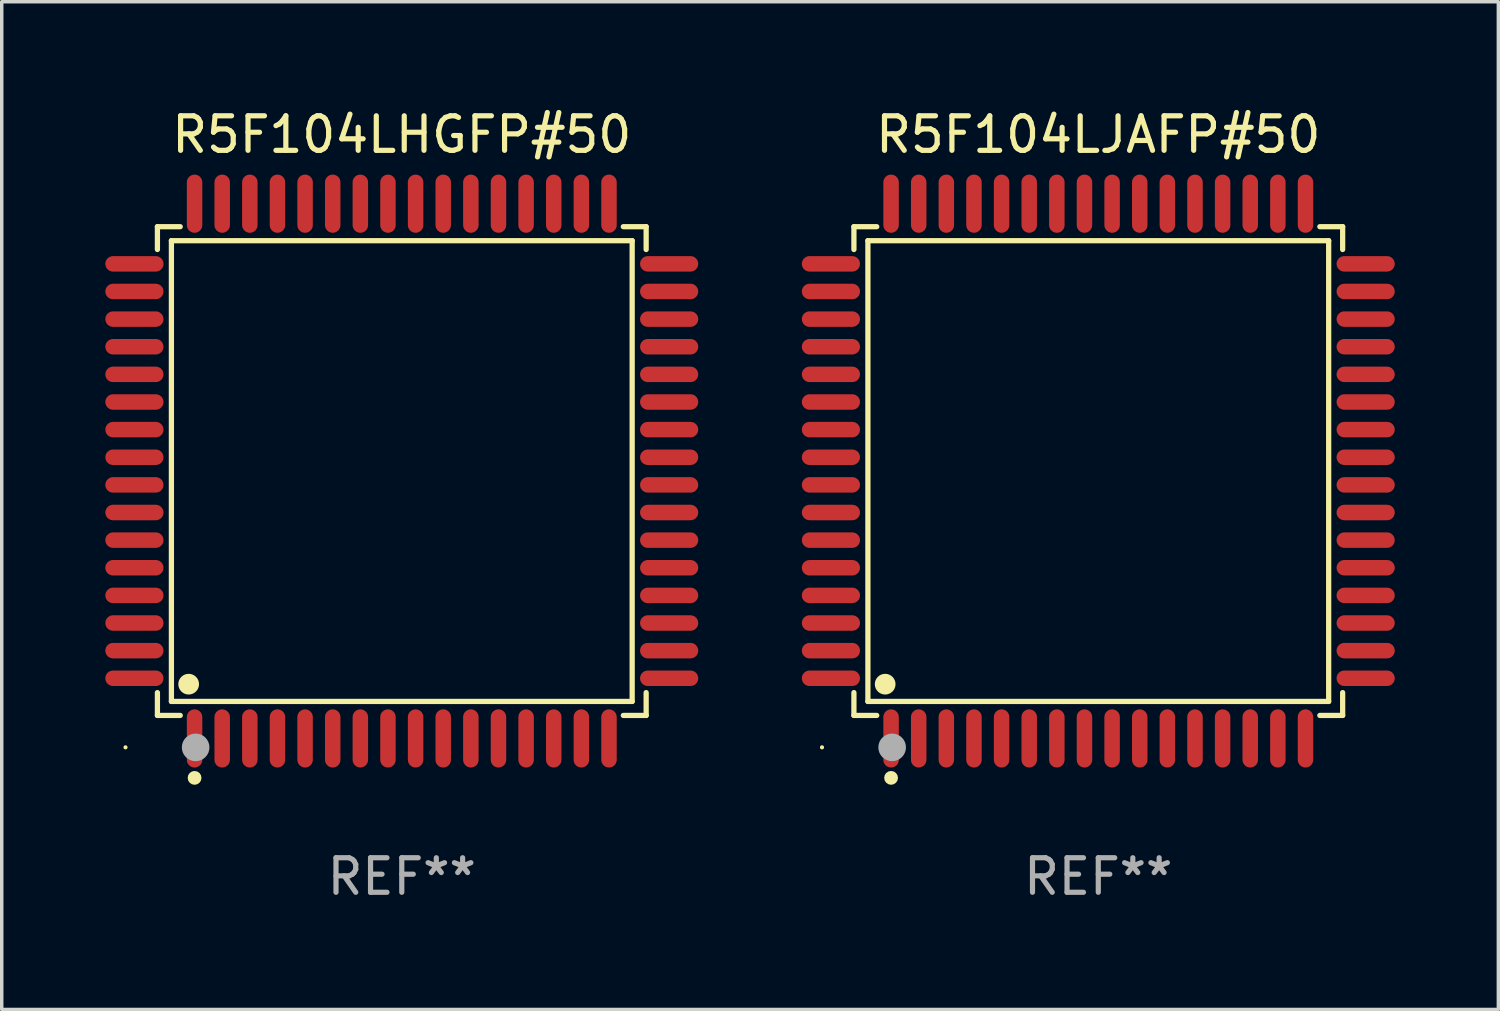
<source format=kicad_pcb>
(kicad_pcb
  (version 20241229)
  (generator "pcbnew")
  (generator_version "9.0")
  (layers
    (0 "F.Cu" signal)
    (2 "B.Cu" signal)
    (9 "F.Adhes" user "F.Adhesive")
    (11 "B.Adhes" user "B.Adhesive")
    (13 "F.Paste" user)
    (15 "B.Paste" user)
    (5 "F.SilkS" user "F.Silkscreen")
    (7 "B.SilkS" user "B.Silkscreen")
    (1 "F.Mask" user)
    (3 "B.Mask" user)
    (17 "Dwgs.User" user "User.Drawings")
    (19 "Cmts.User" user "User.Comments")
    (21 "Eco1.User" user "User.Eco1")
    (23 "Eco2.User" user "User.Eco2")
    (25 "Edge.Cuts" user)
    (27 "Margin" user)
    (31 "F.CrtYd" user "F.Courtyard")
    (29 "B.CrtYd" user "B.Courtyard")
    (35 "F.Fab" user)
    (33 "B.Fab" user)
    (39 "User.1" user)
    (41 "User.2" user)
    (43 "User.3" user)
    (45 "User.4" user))
  (footprint "R5F104LHGFP#50"
    (layer "F.Cu")
    (at 8.584 10.59)
    (property "Reference" "R5F104LHGFP#50" (at 0 -9.742 0) (layer "F.SilkS") (effects (font (size 1 1) (thickness 0.15))))
    (attr through_hole)
    (fp_line (start -7.076 -7.076) (end -6.415 -7.076) (stroke (width 0.152) (type solid)) (layer "F.SilkS"))
    (fp_line (start -7.076 -6.415) (end -7.076 -7.076) (stroke (width 0.152) (type solid)) (layer "F.SilkS"))
    (fp_line (start -7.076 6.415) (end -7.076 7.076) (stroke (width 0.152) (type solid)) (layer "F.SilkS"))
    (fp_line (start -7.076 7.076) (end -6.415 7.076) (stroke (width 0.152) (type solid)) (layer "F.SilkS"))
    (fp_line (start -6.671 -6.671) (end 6.671 -6.671) (stroke (width 0.152) (type solid)) (layer "F.SilkS"))
    (fp_line (start -6.671 6.671) (end -6.671 -6.671) (stroke (width 0.152) (type solid)) (layer "F.SilkS"))
    (fp_line (start 6.671 -6.671) (end 6.671 6.671) (stroke (width 0.152) (type solid)) (layer "F.SilkS"))
    (fp_line (start 6.671 6.671) (end -6.671 6.671) (stroke (width 0.152) (type solid)) (layer "F.SilkS"))
    (fp_line (start 7.076 -7.076) (end 6.415 -7.076) (stroke (width 0.152) (type solid)) (layer "F.SilkS"))
    (fp_line (start 7.076 -6.415) (end 7.076 -7.076) (stroke (width 0.152) (type solid)) (layer "F.SilkS"))
    (fp_line (start 7.076 6.415) (end 7.076 7.076) (stroke (width 0.152) (type solid)) (layer "F.SilkS"))
    (fp_line (start 7.076 7.076) (end 6.415 7.076) (stroke (width 0.152) (type solid)) (layer "F.SilkS"))
    (fp_circle (center -8 8) (end -7.97 8) (stroke (width 0.06) (type solid)) (fill no) (layer "F.SilkS"))
    (fp_circle (center -6.171 6.171) (end -6.021 6.171) (stroke (width 0.3) (type solid)) (fill no) (layer "F.SilkS"))
    (fp_circle (center -6 8.884) (end -5.9 8.884) (stroke (width 0.2) (type solid)) (fill no) (layer "F.SilkS"))
    (fp_circle (center -5.969 8.001) (end -5.769 8.001) (stroke (width 0.4) (type solid)) (fill no) (layer "F.Fab"))
    (fp_text user "REF**" (at 0 11.742 0) (layer "F.Fab") (effects (font (size 1 1) (thickness 0.15))))
    (pad "1" smd oval (at -6 7.742) (size 0.448 1.684) (layers "F.Cu" "F.Mask" "F.Paste"))
    (pad "2" smd oval (at -5.2 7.742) (size 0.448 1.684) (layers "F.Cu" "F.Mask" "F.Paste"))
    (pad "3" smd oval (at -4.4 7.742) (size 0.448 1.684) (layers "F.Cu" "F.Mask" "F.Paste"))
    (pad "4" smd oval (at -3.6 7.742) (size 0.448 1.684) (layers "F.Cu" "F.Mask" "F.Paste"))
    (pad "5" smd oval (at -2.8 7.742) (size 0.448 1.684) (layers "F.Cu" "F.Mask" "F.Paste"))
    (pad "6" smd oval (at -2 7.742) (size 0.448 1.684) (layers "F.Cu" "F.Mask" "F.Paste"))
    (pad "7" smd oval (at -1.2 7.742) (size 0.448 1.684) (layers "F.Cu" "F.Mask" "F.Paste"))
    (pad "8" smd oval (at -0.4 7.742) (size 0.448 1.684) (layers "F.Cu" "F.Mask" "F.Paste"))
    (pad "9" smd oval (at 0.4 7.742) (size 0.448 1.684) (layers "F.Cu" "F.Mask" "F.Paste"))
    (pad "10" smd oval (at 1.2 7.742) (size 0.448 1.684) (layers "F.Cu" "F.Mask" "F.Paste"))
    (pad "11" smd oval (at 2 7.742) (size 0.448 1.684) (layers "F.Cu" "F.Mask" "F.Paste"))
    (pad "12" smd oval (at 2.8 7.742) (size 0.448 1.684) (layers "F.Cu" "F.Mask" "F.Paste"))
    (pad "13" smd oval (at 3.6 7.742) (size 0.448 1.684) (layers "F.Cu" "F.Mask" "F.Paste"))
    (pad "14" smd oval (at 4.4 7.742) (size 0.448 1.684) (layers "F.Cu" "F.Mask" "F.Paste"))
    (pad "15" smd oval (at 5.2 7.742) (size 0.448 1.684) (layers "F.Cu" "F.Mask" "F.Paste"))
    (pad "16" smd oval (at 6 7.742) (size 0.448 1.684) (layers "F.Cu" "F.Mask" "F.Paste"))
    (pad "17" smd oval (at 7.742 6) (size 1.684 0.448) (layers "F.Cu" "F.Mask" "F.Paste"))
    (pad "18" smd oval (at 7.742 5.2) (size 1.684 0.448) (layers "F.Cu" "F.Mask" "F.Paste"))
    (pad "19" smd oval (at 7.742 4.4) (size 1.684 0.448) (layers "F.Cu" "F.Mask" "F.Paste"))
    (pad "20" smd oval (at 7.742 3.6) (size 1.684 0.448) (layers "F.Cu" "F.Mask" "F.Paste"))
    (pad "21" smd oval (at 7.742 2.8) (size 1.684 0.448) (layers "F.Cu" "F.Mask" "F.Paste"))
    (pad "22" smd oval (at 7.742 2) (size 1.684 0.448) (layers "F.Cu" "F.Mask" "F.Paste"))
    (pad "23" smd oval (at 7.742 1.2) (size 1.684 0.448) (layers "F.Cu" "F.Mask" "F.Paste"))
    (pad "24" smd oval (at 7.742 0.4) (size 1.684 0.448) (layers "F.Cu" "F.Mask" "F.Paste"))
    (pad "25" smd oval (at 7.742 -0.4) (size 1.684 0.448) (layers "F.Cu" "F.Mask" "F.Paste"))
    (pad "26" smd oval (at 7.742 -1.2) (size 1.684 0.448) (layers "F.Cu" "F.Mask" "F.Paste"))
    (pad "27" smd oval (at 7.742 -2) (size 1.684 0.448) (layers "F.Cu" "F.Mask" "F.Paste"))
    (pad "28" smd oval (at 7.742 -2.8) (size 1.684 0.448) (layers "F.Cu" "F.Mask" "F.Paste"))
    (pad "29" smd oval (at 7.742 -3.6) (size 1.684 0.448) (layers "F.Cu" "F.Mask" "F.Paste"))
    (pad "30" smd oval (at 7.742 -4.4) (size 1.684 0.448) (layers "F.Cu" "F.Mask" "F.Paste"))
    (pad "31" smd oval (at 7.742 -5.2) (size 1.684 0.448) (layers "F.Cu" "F.Mask" "F.Paste"))
    (pad "32" smd oval (at 7.742 -6) (size 1.684 0.448) (layers "F.Cu" "F.Mask" "F.Paste"))
    (pad "33" smd oval (at 6 -7.742) (size 0.448 1.684) (layers "F.Cu" "F.Mask" "F.Paste"))
    (pad "34" smd oval (at 5.2 -7.742) (size 0.448 1.684) (layers "F.Cu" "F.Mask" "F.Paste"))
    (pad "35" smd oval (at 4.4 -7.742) (size 0.448 1.684) (layers "F.Cu" "F.Mask" "F.Paste"))
    (pad "36" smd oval (at 3.6 -7.742) (size 0.448 1.684) (layers "F.Cu" "F.Mask" "F.Paste"))
    (pad "37" smd oval (at 2.8 -7.742) (size 0.448 1.684) (layers "F.Cu" "F.Mask" "F.Paste"))
    (pad "38" smd oval (at 2 -7.742) (size 0.448 1.684) (layers "F.Cu" "F.Mask" "F.Paste"))
    (pad "39" smd oval (at 1.2 -7.742) (size 0.448 1.684) (layers "F.Cu" "F.Mask" "F.Paste"))
    (pad "40" smd oval (at 0.4 -7.742) (size 0.448 1.684) (layers "F.Cu" "F.Mask" "F.Paste"))
    (pad "41" smd oval (at -0.4 -7.742) (size 0.448 1.684) (layers "F.Cu" "F.Mask" "F.Paste"))
    (pad "42" smd oval (at -1.2 -7.742) (size 0.448 1.684) (layers "F.Cu" "F.Mask" "F.Paste"))
    (pad "43" smd oval (at -2 -7.742) (size 0.448 1.684) (layers "F.Cu" "F.Mask" "F.Paste"))
    (pad "44" smd oval (at -2.8 -7.742) (size 0.448 1.684) (layers "F.Cu" "F.Mask" "F.Paste"))
    (pad "45" smd oval (at -3.6 -7.742) (size 0.448 1.684) (layers "F.Cu" "F.Mask" "F.Paste"))
    (pad "46" smd oval (at -4.4 -7.742) (size 0.448 1.684) (layers "F.Cu" "F.Mask" "F.Paste"))
    (pad "47" smd oval (at -5.2 -7.742) (size 0.448 1.684) (layers "F.Cu" "F.Mask" "F.Paste"))
    (pad "48" smd oval (at -6 -7.742) (size 0.448 1.684) (layers "F.Cu" "F.Mask" "F.Paste"))
    (pad "49" smd oval (at -7.742 -6) (size 1.684 0.448) (layers "F.Cu" "F.Mask" "F.Paste"))
    (pad "50" smd oval (at -7.742 -5.2) (size 1.684 0.448) (layers "F.Cu" "F.Mask" "F.Paste"))
    (pad "51" smd oval (at -7.742 -4.4) (size 1.684 0.448) (layers "F.Cu" "F.Mask" "F.Paste"))
    (pad "52" smd oval (at -7.742 -3.6) (size 1.684 0.448) (layers "F.Cu" "F.Mask" "F.Paste"))
    (pad "53" smd oval (at -7.742 -2.8) (size 1.684 0.448) (layers "F.Cu" "F.Mask" "F.Paste"))
    (pad "54" smd oval (at -7.742 -2) (size 1.684 0.448) (layers "F.Cu" "F.Mask" "F.Paste"))
    (pad "55" smd oval (at -7.742 -1.2) (size 1.684 0.448) (layers "F.Cu" "F.Mask" "F.Paste"))
    (pad "56" smd oval (at -7.742 -0.4) (size 1.684 0.448) (layers "F.Cu" "F.Mask" "F.Paste"))
    (pad "57" smd oval (at -7.742 0.4) (size 1.684 0.448) (layers "F.Cu" "F.Mask" "F.Paste"))
    (pad "58" smd oval (at -7.742 1.2) (size 1.684 0.448) (layers "F.Cu" "F.Mask" "F.Paste"))
    (pad "59" smd oval (at -7.742 2) (size 1.684 0.448) (layers "F.Cu" "F.Mask" "F.Paste"))
    (pad "60" smd oval (at -7.742 2.8) (size 1.684 0.448) (layers "F.Cu" "F.Mask" "F.Paste"))
    (pad "61" smd oval (at -7.742 3.6) (size 1.684 0.448) (layers "F.Cu" "F.Mask" "F.Paste"))
    (pad "62" smd oval (at -7.742 4.4) (size 1.684 0.448) (layers "F.Cu" "F.Mask" "F.Paste"))
    (pad "63" smd oval (at -7.742 5.2) (size 1.684 0.448) (layers "F.Cu" "F.Mask" "F.Paste"))
    (pad "64" smd oval (at -7.742 6) (size 1.684 0.448) (layers "F.Cu" "F.Mask" "F.Paste")))
  (footprint "R5F104LJAFP#50"
    (layer "F.Cu")
    (at 28.752 10.59)
    (property "Reference" "R5F104LJAFP#50" (at 0 -9.742 0) (layer "F.SilkS") (effects (font (size 1 1) (thickness 0.15))))
    (attr through_hole)
    (fp_line (start -7.076 -7.076) (end -6.415 -7.076) (stroke (width 0.152) (type solid)) (layer "F.SilkS"))
    (fp_line (start -7.076 -6.415) (end -7.076 -7.076) (stroke (width 0.152) (type solid)) (layer "F.SilkS"))
    (fp_line (start -7.076 6.415) (end -7.076 7.076) (stroke (width 0.152) (type solid)) (layer "F.SilkS"))
    (fp_line (start -7.076 7.076) (end -6.415 7.076) (stroke (width 0.152) (type solid)) (layer "F.SilkS"))
    (fp_line (start -6.671 -6.671) (end 6.671 -6.671) (stroke (width 0.152) (type solid)) (layer "F.SilkS"))
    (fp_line (start -6.671 6.671) (end -6.671 -6.671) (stroke (width 0.152) (type solid)) (layer "F.SilkS"))
    (fp_line (start 6.671 -6.671) (end 6.671 6.671) (stroke (width 0.152) (type solid)) (layer "F.SilkS"))
    (fp_line (start 6.671 6.671) (end -6.671 6.671) (stroke (width 0.152) (type solid)) (layer "F.SilkS"))
    (fp_line (start 7.076 -7.076) (end 6.415 -7.076) (stroke (width 0.152) (type solid)) (layer "F.SilkS"))
    (fp_line (start 7.076 -6.415) (end 7.076 -7.076) (stroke (width 0.152) (type solid)) (layer "F.SilkS"))
    (fp_line (start 7.076 6.415) (end 7.076 7.076) (stroke (width 0.152) (type solid)) (layer "F.SilkS"))
    (fp_line (start 7.076 7.076) (end 6.415 7.076) (stroke (width 0.152) (type solid)) (layer "F.SilkS"))
    (fp_circle (center -8 8) (end -7.97 8) (stroke (width 0.06) (type solid)) (fill no) (layer "F.SilkS"))
    (fp_circle (center -6.171 6.171) (end -6.021 6.171) (stroke (width 0.3) (type solid)) (fill no) (layer "F.SilkS"))
    (fp_circle (center -6 8.884) (end -5.9 8.884) (stroke (width 0.2) (type solid)) (fill no) (layer "F.SilkS"))
    (fp_circle (center -5.969 8.001) (end -5.769 8.001) (stroke (width 0.4) (type solid)) (fill no) (layer "F.Fab"))
    (fp_text user "REF**" (at 0 11.742 0) (layer "F.Fab") (effects (font (size 1 1) (thickness 0.15))))
    (pad "1" smd oval (at -6 7.742) (size 0.448 1.684) (layers "F.Cu" "F.Mask" "F.Paste"))
    (pad "2" smd oval (at -5.2 7.742) (size 0.448 1.684) (layers "F.Cu" "F.Mask" "F.Paste"))
    (pad "3" smd oval (at -4.4 7.742) (size 0.448 1.684) (layers "F.Cu" "F.Mask" "F.Paste"))
    (pad "4" smd oval (at -3.6 7.742) (size 0.448 1.684) (layers "F.Cu" "F.Mask" "F.Paste"))
    (pad "5" smd oval (at -2.8 7.742) (size 0.448 1.684) (layers "F.Cu" "F.Mask" "F.Paste"))
    (pad "6" smd oval (at -2 7.742) (size 0.448 1.684) (layers "F.Cu" "F.Mask" "F.Paste"))
    (pad "7" smd oval (at -1.2 7.742) (size 0.448 1.684) (layers "F.Cu" "F.Mask" "F.Paste"))
    (pad "8" smd oval (at -0.4 7.742) (size 0.448 1.684) (layers "F.Cu" "F.Mask" "F.Paste"))
    (pad "9" smd oval (at 0.4 7.742) (size 0.448 1.684) (layers "F.Cu" "F.Mask" "F.Paste"))
    (pad "10" smd oval (at 1.2 7.742) (size 0.448 1.684) (layers "F.Cu" "F.Mask" "F.Paste"))
    (pad "11" smd oval (at 2 7.742) (size 0.448 1.684) (layers "F.Cu" "F.Mask" "F.Paste"))
    (pad "12" smd oval (at 2.8 7.742) (size 0.448 1.684) (layers "F.Cu" "F.Mask" "F.Paste"))
    (pad "13" smd oval (at 3.6 7.742) (size 0.448 1.684) (layers "F.Cu" "F.Mask" "F.Paste"))
    (pad "14" smd oval (at 4.4 7.742) (size 0.448 1.684) (layers "F.Cu" "F.Mask" "F.Paste"))
    (pad "15" smd oval (at 5.2 7.742) (size 0.448 1.684) (layers "F.Cu" "F.Mask" "F.Paste"))
    (pad "16" smd oval (at 6 7.742) (size 0.448 1.684) (layers "F.Cu" "F.Mask" "F.Paste"))
    (pad "17" smd oval (at 7.742 6) (size 1.684 0.448) (layers "F.Cu" "F.Mask" "F.Paste"))
    (pad "18" smd oval (at 7.742 5.2) (size 1.684 0.448) (layers "F.Cu" "F.Mask" "F.Paste"))
    (pad "19" smd oval (at 7.742 4.4) (size 1.684 0.448) (layers "F.Cu" "F.Mask" "F.Paste"))
    (pad "20" smd oval (at 7.742 3.6) (size 1.684 0.448) (layers "F.Cu" "F.Mask" "F.Paste"))
    (pad "21" smd oval (at 7.742 2.8) (size 1.684 0.448) (layers "F.Cu" "F.Mask" "F.Paste"))
    (pad "22" smd oval (at 7.742 2) (size 1.684 0.448) (layers "F.Cu" "F.Mask" "F.Paste"))
    (pad "23" smd oval (at 7.742 1.2) (size 1.684 0.448) (layers "F.Cu" "F.Mask" "F.Paste"))
    (pad "24" smd oval (at 7.742 0.4) (size 1.684 0.448) (layers "F.Cu" "F.Mask" "F.Paste"))
    (pad "25" smd oval (at 7.742 -0.4) (size 1.684 0.448) (layers "F.Cu" "F.Mask" "F.Paste"))
    (pad "26" smd oval (at 7.742 -1.2) (size 1.684 0.448) (layers "F.Cu" "F.Mask" "F.Paste"))
    (pad "27" smd oval (at 7.742 -2) (size 1.684 0.448) (layers "F.Cu" "F.Mask" "F.Paste"))
    (pad "28" smd oval (at 7.742 -2.8) (size 1.684 0.448) (layers "F.Cu" "F.Mask" "F.Paste"))
    (pad "29" smd oval (at 7.742 -3.6) (size 1.684 0.448) (layers "F.Cu" "F.Mask" "F.Paste"))
    (pad "30" smd oval (at 7.742 -4.4) (size 1.684 0.448) (layers "F.Cu" "F.Mask" "F.Paste"))
    (pad "31" smd oval (at 7.742 -5.2) (size 1.684 0.448) (layers "F.Cu" "F.Mask" "F.Paste"))
    (pad "32" smd oval (at 7.742 -6) (size 1.684 0.448) (layers "F.Cu" "F.Mask" "F.Paste"))
    (pad "33" smd oval (at 6 -7.742) (size 0.448 1.684) (layers "F.Cu" "F.Mask" "F.Paste"))
    (pad "34" smd oval (at 5.2 -7.742) (size 0.448 1.684) (layers "F.Cu" "F.Mask" "F.Paste"))
    (pad "35" smd oval (at 4.4 -7.742) (size 0.448 1.684) (layers "F.Cu" "F.Mask" "F.Paste"))
    (pad "36" smd oval (at 3.6 -7.742) (size 0.448 1.684) (layers "F.Cu" "F.Mask" "F.Paste"))
    (pad "37" smd oval (at 2.8 -7.742) (size 0.448 1.684) (layers "F.Cu" "F.Mask" "F.Paste"))
    (pad "38" smd oval (at 2 -7.742) (size 0.448 1.684) (layers "F.Cu" "F.Mask" "F.Paste"))
    (pad "39" smd oval (at 1.2 -7.742) (size 0.448 1.684) (layers "F.Cu" "F.Mask" "F.Paste"))
    (pad "40" smd oval (at 0.4 -7.742) (size 0.448 1.684) (layers "F.Cu" "F.Mask" "F.Paste"))
    (pad "41" smd oval (at -0.4 -7.742) (size 0.448 1.684) (layers "F.Cu" "F.Mask" "F.Paste"))
    (pad "42" smd oval (at -1.2 -7.742) (size 0.448 1.684) (layers "F.Cu" "F.Mask" "F.Paste"))
    (pad "43" smd oval (at -2 -7.742) (size 0.448 1.684) (layers "F.Cu" "F.Mask" "F.Paste"))
    (pad "44" smd oval (at -2.8 -7.742) (size 0.448 1.684) (layers "F.Cu" "F.Mask" "F.Paste"))
    (pad "45" smd oval (at -3.6 -7.742) (size 0.448 1.684) (layers "F.Cu" "F.Mask" "F.Paste"))
    (pad "46" smd oval (at -4.4 -7.742) (size 0.448 1.684) (layers "F.Cu" "F.Mask" "F.Paste"))
    (pad "47" smd oval (at -5.2 -7.742) (size 0.448 1.684) (layers "F.Cu" "F.Mask" "F.Paste"))
    (pad "48" smd oval (at -6 -7.742) (size 0.448 1.684) (layers "F.Cu" "F.Mask" "F.Paste"))
    (pad "49" smd oval (at -7.742 -6) (size 1.684 0.448) (layers "F.Cu" "F.Mask" "F.Paste"))
    (pad "50" smd oval (at -7.742 -5.2) (size 1.684 0.448) (layers "F.Cu" "F.Mask" "F.Paste"))
    (pad "51" smd oval (at -7.742 -4.4) (size 1.684 0.448) (layers "F.Cu" "F.Mask" "F.Paste"))
    (pad "52" smd oval (at -7.742 -3.6) (size 1.684 0.448) (layers "F.Cu" "F.Mask" "F.Paste"))
    (pad "53" smd oval (at -7.742 -2.8) (size 1.684 0.448) (layers "F.Cu" "F.Mask" "F.Paste"))
    (pad "54" smd oval (at -7.742 -2) (size 1.684 0.448) (layers "F.Cu" "F.Mask" "F.Paste"))
    (pad "55" smd oval (at -7.742 -1.2) (size 1.684 0.448) (layers "F.Cu" "F.Mask" "F.Paste"))
    (pad "56" smd oval (at -7.742 -0.4) (size 1.684 0.448) (layers "F.Cu" "F.Mask" "F.Paste"))
    (pad "57" smd oval (at -7.742 0.4) (size 1.684 0.448) (layers "F.Cu" "F.Mask" "F.Paste"))
    (pad "58" smd oval (at -7.742 1.2) (size 1.684 0.448) (layers "F.Cu" "F.Mask" "F.Paste"))
    (pad "59" smd oval (at -7.742 2) (size 1.684 0.448) (layers "F.Cu" "F.Mask" "F.Paste"))
    (pad "60" smd oval (at -7.742 2.8) (size 1.684 0.448) (layers "F.Cu" "F.Mask" "F.Paste"))
    (pad "61" smd oval (at -7.742 3.6) (size 1.684 0.448) (layers "F.Cu" "F.Mask" "F.Paste"))
    (pad "62" smd oval (at -7.742 4.4) (size 1.684 0.448) (layers "F.Cu" "F.Mask" "F.Paste"))
    (pad "63" smd oval (at -7.742 5.2) (size 1.684 0.448) (layers "F.Cu" "F.Mask" "F.Paste"))
    (pad "64" smd oval (at -7.742 6) (size 1.684 0.448) (layers "F.Cu" "F.Mask" "F.Paste")))
  (gr_rect
    (start -3 -3)
    (end 40.336 26.18)
    (stroke (width 0.1) (type default))
    (fill no)
    (layer "Edge.Cuts")))
</source>
